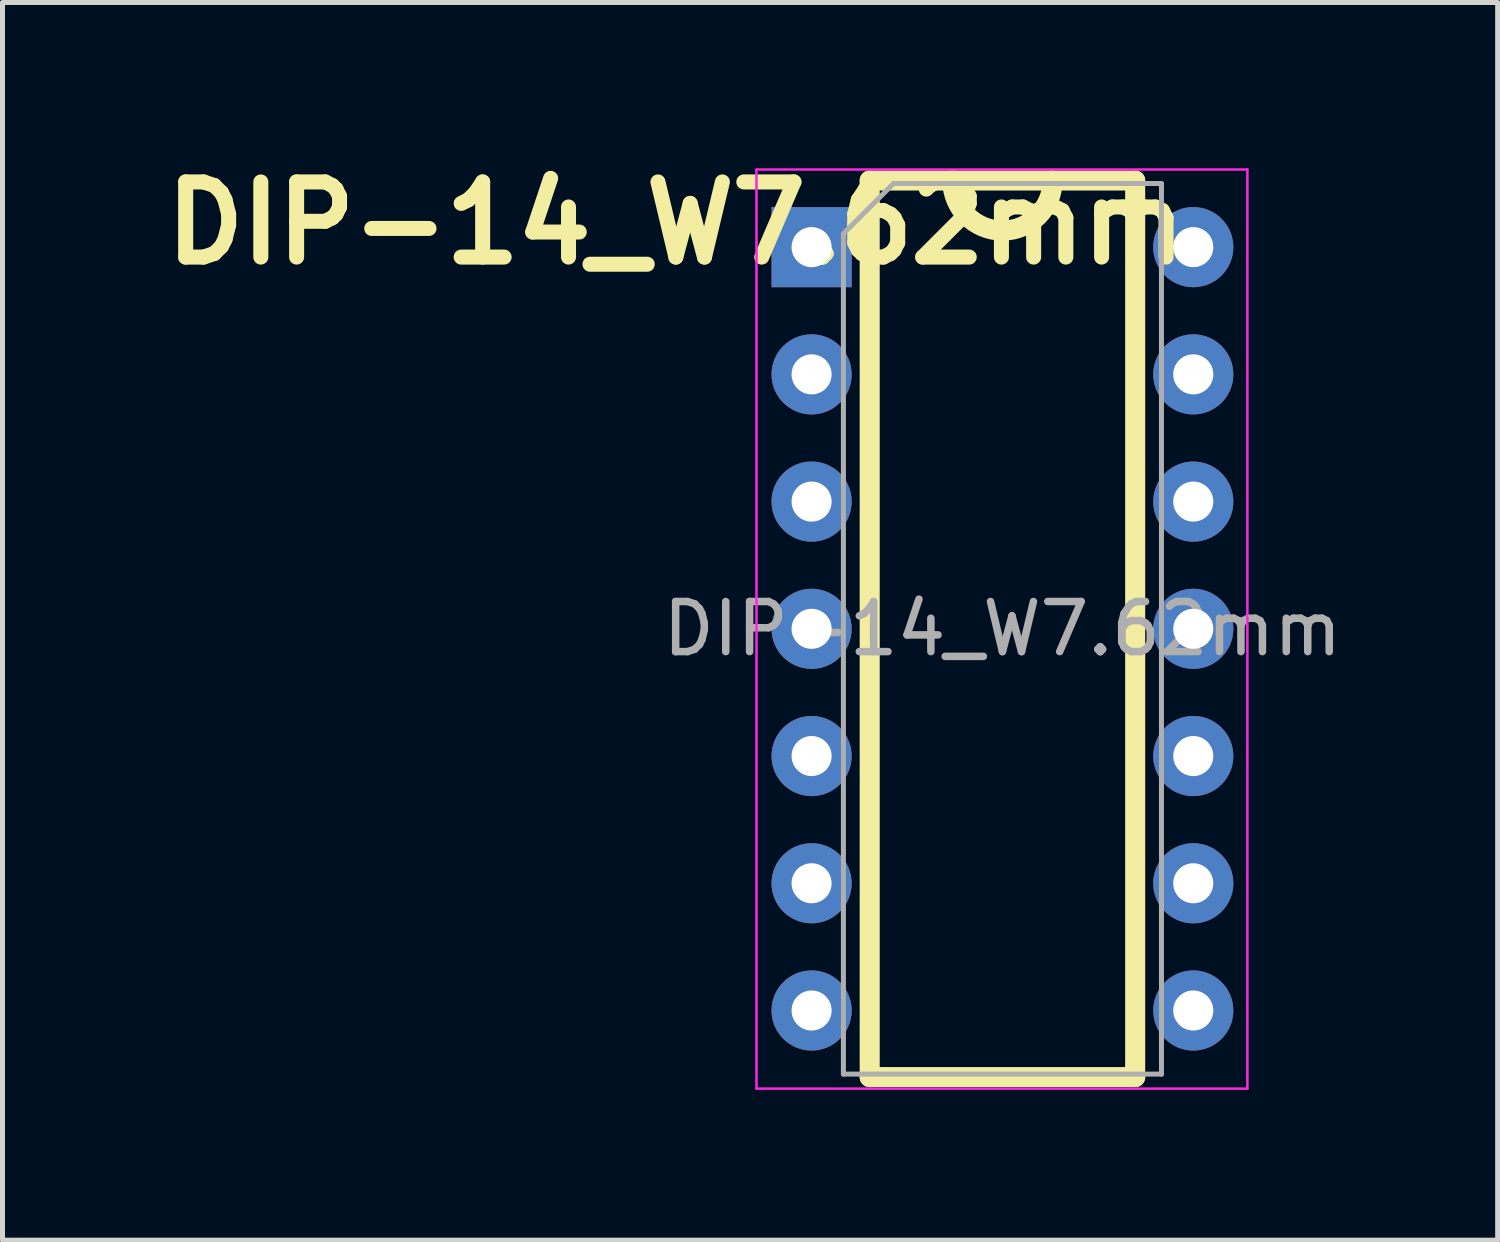
<source format=kicad_pcb>
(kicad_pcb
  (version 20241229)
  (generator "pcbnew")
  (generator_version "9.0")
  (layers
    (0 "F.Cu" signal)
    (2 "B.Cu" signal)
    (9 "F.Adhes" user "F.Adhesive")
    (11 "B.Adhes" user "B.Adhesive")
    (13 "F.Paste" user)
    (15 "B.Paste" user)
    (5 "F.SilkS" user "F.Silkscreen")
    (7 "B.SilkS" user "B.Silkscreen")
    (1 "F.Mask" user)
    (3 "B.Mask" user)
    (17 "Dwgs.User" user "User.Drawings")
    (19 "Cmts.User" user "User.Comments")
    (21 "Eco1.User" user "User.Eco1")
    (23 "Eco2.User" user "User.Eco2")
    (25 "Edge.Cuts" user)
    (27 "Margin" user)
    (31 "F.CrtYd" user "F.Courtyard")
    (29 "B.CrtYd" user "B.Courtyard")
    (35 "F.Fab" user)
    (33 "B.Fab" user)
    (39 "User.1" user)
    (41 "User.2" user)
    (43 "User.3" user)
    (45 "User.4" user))
  (footprint "DIP-14_W7.62mm"
    (layer "F.Cu")
    (at 13.153 1.884)
    (property "Reference" "DIP-14_W7.62mm" (at -2.71 -0.48 0) (layer "F.SilkS") (effects (font (size 1.5 1.5) (thickness 0.3) (bold yes))))
    (attr through_hole)
    (fp_line (start 1.16 -1.33) (end 1.16 16.57) (stroke (width 0.4) (type solid)) (layer "F.SilkS"))
    (fp_line (start 1.16 16.57) (end 6.46 16.57) (stroke (width 0.4) (type solid)) (layer "F.SilkS"))
    (fp_line (start 2.81 -1.33) (end 1.16 -1.33) (stroke (width 0.4) (type solid)) (layer "F.SilkS"))
    (fp_line (start 2.81 -1.33) (end 4.81 -1.33) (stroke (width 0.4) (type default)) (layer "F.SilkS"))
    (fp_line (start 6.46 -1.33) (end 4.81 -1.33) (stroke (width 0.4) (type solid)) (layer "F.SilkS"))
    (fp_line (start 6.46 16.57) (end 6.46 -1.33) (stroke (width 0.4) (type solid)) (layer "F.SilkS"))
    (fp_arc (start 4.81 -1.33) (mid 3.81 -0.33) (end 2.81 -1.33) (stroke (width 0.4) (type solid)) (layer "F.SilkS"))
    (fp_line (start -1.1 -1.55) (end -1.1 16.8) (stroke (width 0.05) (type solid)) (layer "F.CrtYd"))
    (fp_line (start -1.1 16.8) (end 8.7 16.8) (stroke (width 0.05) (type solid)) (layer "F.CrtYd"))
    (fp_line (start 8.7 -1.55) (end -1.1 -1.55) (stroke (width 0.05) (type solid)) (layer "F.CrtYd"))
    (fp_line (start 8.7 16.8) (end 8.7 -1.55) (stroke (width 0.05) (type solid)) (layer "F.CrtYd"))
    (fp_line (start 0.635 -0.27) (end 1.635 -1.27) (stroke (width 0.1) (type solid)) (layer "F.Fab"))
    (fp_line (start 0.635 16.51) (end 0.635 -0.27) (stroke (width 0.1) (type solid)) (layer "F.Fab"))
    (fp_line (start 1.635 -1.27) (end 6.985 -1.27) (stroke (width 0.1) (type solid)) (layer "F.Fab"))
    (fp_line (start 6.985 -1.27) (end 6.985 16.51) (stroke (width 0.1) (type solid)) (layer "F.Fab"))
    (fp_line (start 6.985 16.51) (end 0.635 16.51) (stroke (width 0.1) (type solid)) (layer "F.Fab"))
    (fp_text user "${REFERENCE}" (at 3.81 7.62 0) (layer "F.Fab") (effects (font (size 1 1) (thickness 0.15))))
    (pad "1" thru_hole rect (at 0 0) (size 1.6 1.6) (drill 0.8) (layers "*.Cu" "*.Mask"))
    (pad "2" thru_hole oval (at 0 2.54) (size 1.6 1.6) (drill 0.8) (layers "*.Cu" "*.Mask"))
    (pad "3" thru_hole oval (at 0 5.08) (size 1.6 1.6) (drill 0.8) (layers "*.Cu" "*.Mask"))
    (pad "4" thru_hole oval (at 0 7.62) (size 1.6 1.6) (drill 0.8) (layers "*.Cu" "*.Mask"))
    (pad "5" thru_hole oval (at 0 10.16) (size 1.6 1.6) (drill 0.8) (layers "*.Cu" "*.Mask"))
    (pad "6" thru_hole oval (at 0 12.7) (size 1.6 1.6) (drill 0.8) (layers "*.Cu" "*.Mask"))
    (pad "7" thru_hole oval (at 0 15.24) (size 1.6 1.6) (drill 0.8) (layers "*.Cu" "*.Mask"))
    (pad "8" thru_hole oval (at 7.62 15.24) (size 1.6 1.6) (drill 0.8) (layers "*.Cu" "*.Mask"))
    (pad "9" thru_hole oval (at 7.62 12.7) (size 1.6 1.6) (drill 0.8) (layers "*.Cu" "*.Mask"))
    (pad "10" thru_hole oval (at 7.62 10.16) (size 1.6 1.6) (drill 0.8) (layers "*.Cu" "*.Mask"))
    (pad "11" thru_hole oval (at 7.62 7.62) (size 1.6 1.6) (drill 0.8) (layers "*.Cu" "*.Mask"))
    (pad "12" thru_hole oval (at 7.62 5.08) (size 1.6 1.6) (drill 0.8) (layers "*.Cu" "*.Mask"))
    (pad "13" thru_hole oval (at 7.62 2.54) (size 1.6 1.6) (drill 0.8) (layers "*.Cu" "*.Mask"))
    (pad "14" thru_hole oval (at 7.62 0) (size 1.6 1.6) (drill 0.8) (layers "*.Cu" "*.Mask")))
  (gr_rect
    (start -3 -3)
    (end 26.85 21.709)
    (stroke (width 0.1) (type default))
    (fill no)
    (layer "Edge.Cuts")))
</source>
